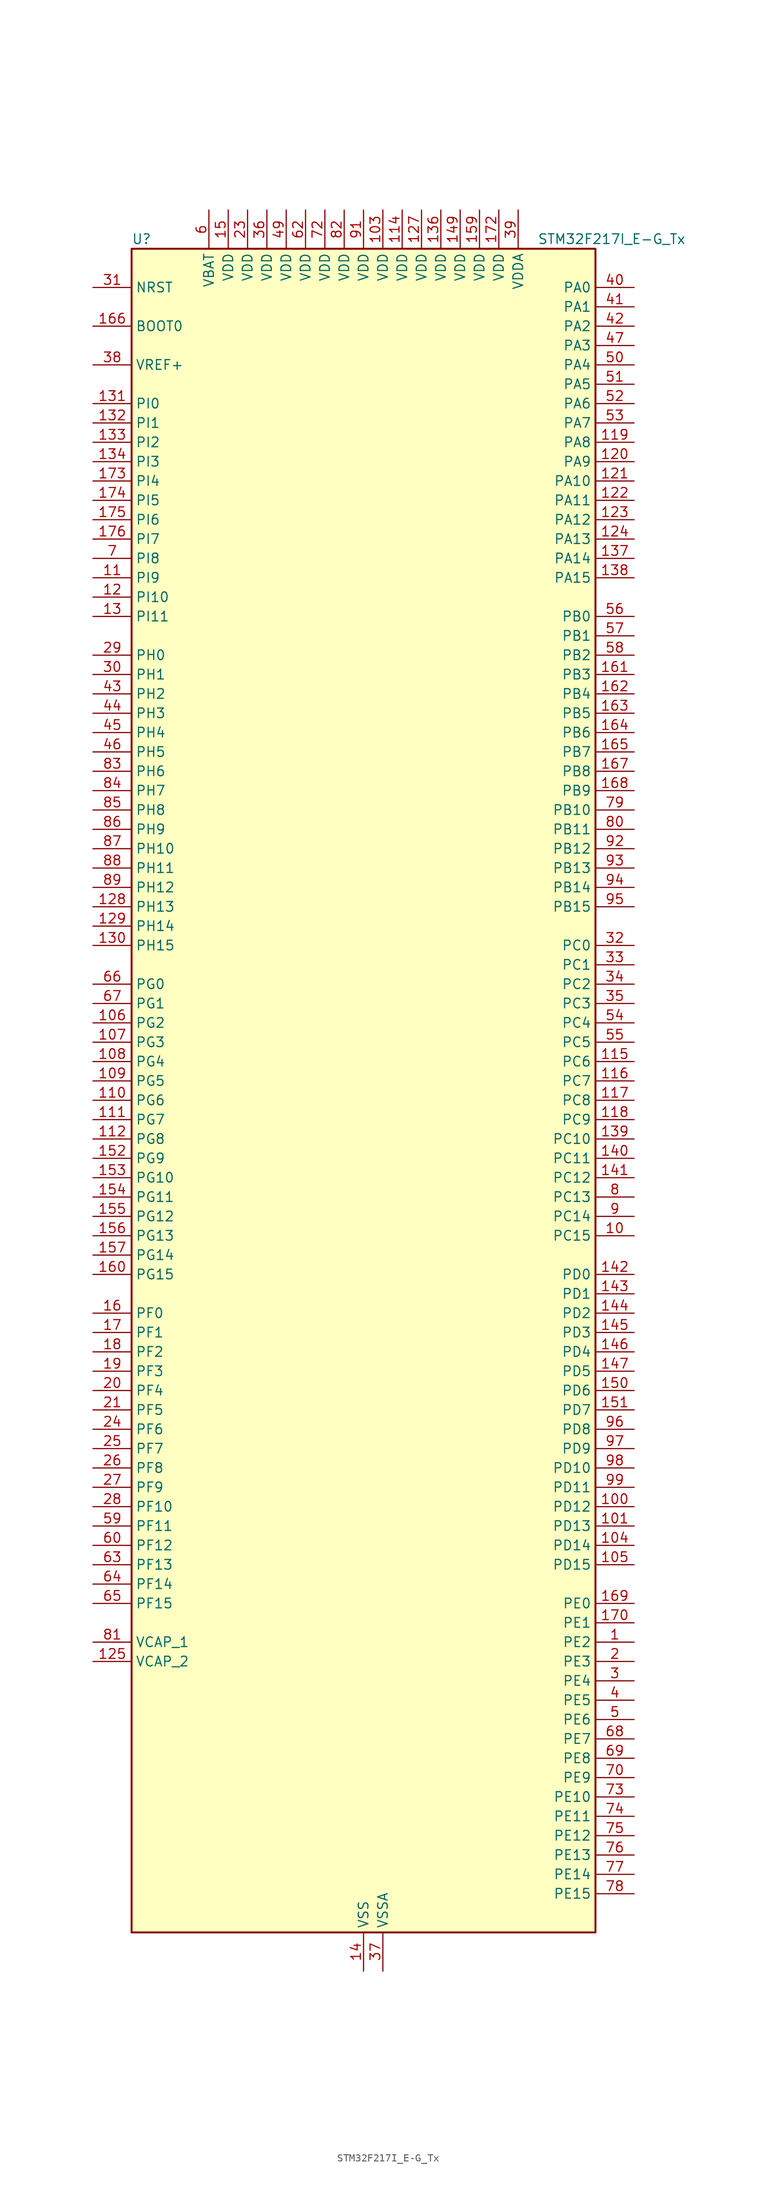
<source format=kicad_sym>
(kicad_symbol_lib
  (version 20241209)
  (generator "kicad_symbol_editor")
  (generator_version "9.0")
  (symbol "STM32F217I_E-G_Tx"
    (property "Reference" "U"
      (at -30.48 113.03 0)
      (effects (font (size 1.27 1.27)) (justify left)))
    (property "Value" "STM32F217I_E-G_Tx"
      (at 22.86 113.03 0)
      (effects (font (size 1.27 1.27)) (justify left)))
    (symbol "STM32F217I_E-G_Tx_0_1"
      (rectangle (start -30.48 -109.22) (end 30.48 111.76) (stroke (width 0.254) (type default)) (fill (type background))))
    (symbol "STM32F217I_E-G_Tx_1_1"
      (pin input line (at -35.56 106.68 0) (length 5.08) (name "NRST" (effects (font (size 1.27 1.27)))) (number "31" (effects (font (size 1.27 1.27)))))
      (pin input line (at -35.56 101.6 0) (length 5.08) (name "BOOT0" (effects (font (size 1.27 1.27)))) (number "166" (effects (font (size 1.27 1.27)))))
      (pin input line (at -35.56 96.52 0) (length 5.08) (name "VREF+" (effects (font (size 1.27 1.27)))) (number "38" (effects (font (size 1.27 1.27)))))
      (pin bidirectional line (at -35.56 91.44 0) (length 5.08) (name "PI0" (effects (font (size 1.27 1.27)))) (number "131" (effects (font (size 1.27 1.27)))) (alternate "DCMI_D13" bidirectional line) (alternate "I2S2_WS" bidirectional line) (alternate "SPI2_NSS" bidirectional line) (alternate "TIM5_CH4" bidirectional line))
      (pin bidirectional line (at -35.56 88.9 0) (length 5.08) (name "PI1" (effects (font (size 1.27 1.27)))) (number "132" (effects (font (size 1.27 1.27)))) (alternate "DCMI_D8" bidirectional line) (alternate "I2S2_SCK" bidirectional line) (alternate "SPI2_SCK" bidirectional line))
      (pin bidirectional line (at -35.56 86.36 0) (length 5.08) (name "PI2" (effects (font (size 1.27 1.27)))) (number "133" (effects (font (size 1.27 1.27)))) (alternate "DCMI_D9" bidirectional line) (alternate "SPI2_MISO" bidirectional line) (alternate "TIM8_CH4" bidirectional line))
      (pin bidirectional line (at -35.56 83.82 0) (length 5.08) (name "PI3" (effects (font (size 1.27 1.27)))) (number "134" (effects (font (size 1.27 1.27)))) (alternate "DCMI_D10" bidirectional line) (alternate "I2S2_SD" bidirectional line) (alternate "SPI2_MOSI" bidirectional line) (alternate "TIM8_ETR" bidirectional line))
      (pin bidirectional line (at -35.56 81.28 0) (length 5.08) (name "PI4" (effects (font (size 1.27 1.27)))) (number "173" (effects (font (size 1.27 1.27)))) (alternate "DCMI_D5" bidirectional line) (alternate "TIM8_BKIN" bidirectional line))
      (pin bidirectional line (at -35.56 78.74 0) (length 5.08) (name "PI5" (effects (font (size 1.27 1.27)))) (number "174" (effects (font (size 1.27 1.27)))) (alternate "DCMI_VSYNC" bidirectional line) (alternate "TIM8_CH1" bidirectional line))
      (pin bidirectional line (at -35.56 76.2 0) (length 5.08) (name "PI6" (effects (font (size 1.27 1.27)))) (number "175" (effects (font (size 1.27 1.27)))) (alternate "DCMI_D6" bidirectional line) (alternate "TIM8_CH2" bidirectional line))
      (pin bidirectional line (at -35.56 73.66 0) (length 5.08) (name "PI7" (effects (font (size 1.27 1.27)))) (number "176" (effects (font (size 1.27 1.27)))) (alternate "DCMI_D7" bidirectional line) (alternate "TIM8_CH3" bidirectional line))
      (pin bidirectional line (at -35.56 71.12 0) (length 5.08) (name "PI8" (effects (font (size 1.27 1.27)))) (number "7" (effects (font (size 1.27 1.27)))) (alternate "RTC_AF2" bidirectional line))
      (pin bidirectional line (at -35.56 68.58 0) (length 5.08) (name "PI9" (effects (font (size 1.27 1.27)))) (number "11" (effects (font (size 1.27 1.27)))) (alternate "CAN1_RX" bidirectional line) (alternate "DAC_EXTI9" bidirectional line))
      (pin bidirectional line (at -35.56 66.04 0) (length 5.08) (name "PI10" (effects (font (size 1.27 1.27)))) (number "12" (effects (font (size 1.27 1.27)))) (alternate "ETH_RX_ER" bidirectional line))
      (pin bidirectional line (at -35.56 63.5 0) (length 5.08) (name "PI11" (effects (font (size 1.27 1.27)))) (number "13" (effects (font (size 1.27 1.27)))) (alternate "ADC1_EXTI11" bidirectional line) (alternate "ADC2_EXTI11" bidirectional line) (alternate "ADC3_EXTI11" bidirectional line) (alternate "USB_OTG_HS_ULPI_DIR" bidirectional line))
      (pin bidirectional line (at -35.56 58.42 0) (length 5.08) (name "PH0" (effects (font (size 1.27 1.27)))) (number "29" (effects (font (size 1.27 1.27)))) (alternate "RCC_OSC_IN" bidirectional line))
      (pin bidirectional line (at -35.56 55.88 0) (length 5.08) (name "PH1" (effects (font (size 1.27 1.27)))) (number "30" (effects (font (size 1.27 1.27)))) (alternate "RCC_OSC_OUT" bidirectional line))
      (pin bidirectional line (at -35.56 53.34 0) (length 5.08) (name "PH2" (effects (font (size 1.27 1.27)))) (number "43" (effects (font (size 1.27 1.27)))) (alternate "ETH_CRS" bidirectional line))
      (pin bidirectional line (at -35.56 50.8 0) (length 5.08) (name "PH3" (effects (font (size 1.27 1.27)))) (number "44" (effects (font (size 1.27 1.27)))) (alternate "ETH_COL" bidirectional line))
      (pin bidirectional line (at -35.56 48.26 0) (length 5.08) (name "PH4" (effects (font (size 1.27 1.27)))) (number "45" (effects (font (size 1.27 1.27)))) (alternate "I2C2_SCL" bidirectional line) (alternate "USB_OTG_HS_ULPI_NXT" bidirectional line))
      (pin bidirectional line (at -35.56 45.72 0) (length 5.08) (name "PH5" (effects (font (size 1.27 1.27)))) (number "46" (effects (font (size 1.27 1.27)))) (alternate "I2C2_SDA" bidirectional line))
      (pin bidirectional line (at -35.56 43.18 0) (length 5.08) (name "PH6" (effects (font (size 1.27 1.27)))) (number "83" (effects (font (size 1.27 1.27)))) (alternate "ETH_RXD2" bidirectional line) (alternate "I2C2_SMBA" bidirectional line) (alternate "TIM12_CH1" bidirectional line))
      (pin bidirectional line (at -35.56 40.64 0) (length 5.08) (name "PH7" (effects (font (size 1.27 1.27)))) (number "84" (effects (font (size 1.27 1.27)))) (alternate "ETH_RXD3" bidirectional line) (alternate "I2C3_SCL" bidirectional line))
      (pin bidirectional line (at -35.56 38.1 0) (length 5.08) (name "PH8" (effects (font (size 1.27 1.27)))) (number "85" (effects (font (size 1.27 1.27)))) (alternate "DCMI_HSYNC" bidirectional line) (alternate "I2C3_SDA" bidirectional line))
      (pin bidirectional line (at -35.56 35.56 0) (length 5.08) (name "PH9" (effects (font (size 1.27 1.27)))) (number "86" (effects (font (size 1.27 1.27)))) (alternate "DAC_EXTI9" bidirectional line) (alternate "DCMI_D0" bidirectional line) (alternate "I2C3_SMBA" bidirectional line) (alternate "TIM12_CH2" bidirectional line))
      (pin bidirectional line (at -35.56 33.02 0) (length 5.08) (name "PH10" (effects (font (size 1.27 1.27)))) (number "87" (effects (font (size 1.27 1.27)))) (alternate "DCMI_D1" bidirectional line) (alternate "TIM5_CH1" bidirectional line))
      (pin bidirectional line (at -35.56 30.48 0) (length 5.08) (name "PH11" (effects (font (size 1.27 1.27)))) (number "88" (effects (font (size 1.27 1.27)))) (alternate "ADC1_EXTI11" bidirectional line) (alternate "ADC2_EXTI11" bidirectional line) (alternate "ADC3_EXTI11" bidirectional line) (alternate "DCMI_D2" bidirectional line) (alternate "TIM5_CH2" bidirectional line))
      (pin bidirectional line (at -35.56 27.94 0) (length 5.08) (name "PH12" (effects (font (size 1.27 1.27)))) (number "89" (effects (font (size 1.27 1.27)))) (alternate "DCMI_D3" bidirectional line) (alternate "TIM5_CH3" bidirectional line))
      (pin bidirectional line (at -35.56 25.4 0) (length 5.08) (name "PH13" (effects (font (size 1.27 1.27)))) (number "128" (effects (font (size 1.27 1.27)))) (alternate "CAN1_TX" bidirectional line) (alternate "TIM8_CH1N" bidirectional line))
      (pin bidirectional line (at -35.56 22.86 0) (length 5.08) (name "PH14" (effects (font (size 1.27 1.27)))) (number "129" (effects (font (size 1.27 1.27)))) (alternate "DCMI_D4" bidirectional line) (alternate "TIM8_CH2N" bidirectional line))
      (pin bidirectional line (at -35.56 20.32 0) (length 5.08) (name "PH15" (effects (font (size 1.27 1.27)))) (number "130" (effects (font (size 1.27 1.27)))) (alternate "ADC1_EXTI15" bidirectional line) (alternate "ADC2_EXTI15" bidirectional line) (alternate "ADC3_EXTI15" bidirectional line) (alternate "DCMI_D11" bidirectional line) (alternate "TIM8_CH3N" bidirectional line))
      (pin bidirectional line (at -35.56 15.24 0) (length 5.08) (name "PG0" (effects (font (size 1.27 1.27)))) (number "66" (effects (font (size 1.27 1.27)))) (alternate "FSMC_A10" bidirectional line))
      (pin bidirectional line (at -35.56 12.7 0) (length 5.08) (name "PG1" (effects (font (size 1.27 1.27)))) (number "67" (effects (font (size 1.27 1.27)))) (alternate "FSMC_A11" bidirectional line))
      (pin bidirectional line (at -35.56 10.16 0) (length 5.08) (name "PG2" (effects (font (size 1.27 1.27)))) (number "106" (effects (font (size 1.27 1.27)))) (alternate "FSMC_A12" bidirectional line))
      (pin bidirectional line (at -35.56 7.62 0) (length 5.08) (name "PG3" (effects (font (size 1.27 1.27)))) (number "107" (effects (font (size 1.27 1.27)))) (alternate "FSMC_A13" bidirectional line))
      (pin bidirectional line (at -35.56 5.08 0) (length 5.08) (name "PG4" (effects (font (size 1.27 1.27)))) (number "108" (effects (font (size 1.27 1.27)))) (alternate "FSMC_A14" bidirectional line))
      (pin bidirectional line (at -35.56 2.54 0) (length 5.08) (name "PG5" (effects (font (size 1.27 1.27)))) (number "109" (effects (font (size 1.27 1.27)))) (alternate "FSMC_A15" bidirectional line))
      (pin bidirectional line (at -35.56 0 0) (length 5.08) (name "PG6" (effects (font (size 1.27 1.27)))) (number "110" (effects (font (size 1.27 1.27)))) (alternate "FSMC_INT2" bidirectional line))
      (pin bidirectional line (at -35.56 -2.54 0) (length 5.08) (name "PG7" (effects (font (size 1.27 1.27)))) (number "111" (effects (font (size 1.27 1.27)))) (alternate "FSMC_INT3" bidirectional line) (alternate "USART6_CK" bidirectional line))
      (pin bidirectional line (at -35.56 -5.08 0) (length 5.08) (name "PG8" (effects (font (size 1.27 1.27)))) (number "112" (effects (font (size 1.27 1.27)))) (alternate "ETH_PPS_OUT" bidirectional line) (alternate "USART6_RTS" bidirectional line))
      (pin bidirectional line (at -35.56 -7.62 0) (length 5.08) (name "PG9" (effects (font (size 1.27 1.27)))) (number "152" (effects (font (size 1.27 1.27)))) (alternate "DAC_EXTI9" bidirectional line) (alternate "FSMC_NCE3" bidirectional line) (alternate "FSMC_NE2" bidirectional line) (alternate "USART6_RX" bidirectional line))
      (pin bidirectional line (at -35.56 -10.16 0) (length 5.08) (name "PG10" (effects (font (size 1.27 1.27)))) (number "153" (effects (font (size 1.27 1.27)))) (alternate "FSMC_NCE4_1" bidirectional line) (alternate "FSMC_NE3" bidirectional line))
      (pin bidirectional line (at -35.56 -12.7 0) (length 5.08) (name "PG11" (effects (font (size 1.27 1.27)))) (number "154" (effects (font (size 1.27 1.27)))) (alternate "ADC1_EXTI11" bidirectional line) (alternate "ADC2_EXTI11" bidirectional line) (alternate "ADC3_EXTI11" bidirectional line) (alternate "ETH_TX_EN" bidirectional line) (alternate "FSMC_NCE4_2" bidirectional line))
      (pin bidirectional line (at -35.56 -15.24 0) (length 5.08) (name "PG12" (effects (font (size 1.27 1.27)))) (number "155" (effects (font (size 1.27 1.27)))) (alternate "FSMC_NE4" bidirectional line) (alternate "USART6_RTS" bidirectional line))
      (pin bidirectional line (at -35.56 -17.78 0) (length 5.08) (name "PG13" (effects (font (size 1.27 1.27)))) (number "156" (effects (font (size 1.27 1.27)))) (alternate "ETH_TXD0" bidirectional line) (alternate "FSMC_A24" bidirectional line) (alternate "USART6_CTS" bidirectional line))
      (pin bidirectional line (at -35.56 -20.32 0) (length 5.08) (name "PG14" (effects (font (size 1.27 1.27)))) (number "157" (effects (font (size 1.27 1.27)))) (alternate "ETH_TXD1" bidirectional line) (alternate "FSMC_A25" bidirectional line) (alternate "USART6_TX" bidirectional line))
      (pin bidirectional line (at -35.56 -22.86 0) (length 5.08) (name "PG15" (effects (font (size 1.27 1.27)))) (number "160" (effects (font (size 1.27 1.27)))) (alternate "ADC1_EXTI15" bidirectional line) (alternate "ADC2_EXTI15" bidirectional line) (alternate "ADC3_EXTI15" bidirectional line) (alternate "DCMI_D13" bidirectional line) (alternate "USART6_CTS" bidirectional line))
      (pin bidirectional line (at -35.56 -27.94 0) (length 5.08) (name "PF0" (effects (font (size 1.27 1.27)))) (number "16" (effects (font (size 1.27 1.27)))) (alternate "FSMC_A0" bidirectional line) (alternate "I2C2_SDA" bidirectional line))
      (pin bidirectional line (at -35.56 -30.48 0) (length 5.08) (name "PF1" (effects (font (size 1.27 1.27)))) (number "17" (effects (font (size 1.27 1.27)))) (alternate "FSMC_A1" bidirectional line) (alternate "I2C2_SCL" bidirectional line))
      (pin bidirectional line (at -35.56 -33.02 0) (length 5.08) (name "PF2" (effects (font (size 1.27 1.27)))) (number "18" (effects (font (size 1.27 1.27)))) (alternate "FSMC_A2" bidirectional line) (alternate "I2C2_SMBA" bidirectional line))
      (pin bidirectional line (at -35.56 -35.56 0) (length 5.08) (name "PF3" (effects (font (size 1.27 1.27)))) (number "19" (effects (font (size 1.27 1.27)))) (alternate "ADC3_IN9" bidirectional line) (alternate "FSMC_A3" bidirectional line))
      (pin bidirectional line (at -35.56 -38.1 0) (length 5.08) (name "PF4" (effects (font (size 1.27 1.27)))) (number "20" (effects (font (size 1.27 1.27)))) (alternate "ADC3_IN14" bidirectional line) (alternate "FSMC_A4" bidirectional line))
      (pin bidirectional line (at -35.56 -40.64 0) (length 5.08) (name "PF5" (effects (font (size 1.27 1.27)))) (number "21" (effects (font (size 1.27 1.27)))) (alternate "ADC3_IN15" bidirectional line) (alternate "FSMC_A5" bidirectional line))
      (pin bidirectional line (at -35.56 -43.18 0) (length 5.08) (name "PF6" (effects (font (size 1.27 1.27)))) (number "24" (effects (font (size 1.27 1.27)))) (alternate "ADC3_IN4" bidirectional line) (alternate "FSMC_NIORD" bidirectional line) (alternate "TIM10_CH1" bidirectional line))
      (pin bidirectional line (at -35.56 -45.72 0) (length 5.08) (name "PF7" (effects (font (size 1.27 1.27)))) (number "25" (effects (font (size 1.27 1.27)))) (alternate "ADC3_IN5" bidirectional line) (alternate "FSMC_NREG" bidirectional line) (alternate "TIM11_CH1" bidirectional line))
      (pin bidirectional line (at -35.56 -48.26 0) (length 5.08) (name "PF8" (effects (font (size 1.27 1.27)))) (number "26" (effects (font (size 1.27 1.27)))) (alternate "ADC3_IN6" bidirectional line) (alternate "FSMC_NIOWR" bidirectional line) (alternate "TIM13_CH1" bidirectional line))
      (pin bidirectional line (at -35.56 -50.8 0) (length 5.08) (name "PF9" (effects (font (size 1.27 1.27)))) (number "27" (effects (font (size 1.27 1.27)))) (alternate "ADC3_IN7" bidirectional line) (alternate "DAC_EXTI9" bidirectional line) (alternate "FSMC_CD" bidirectional line) (alternate "TIM14_CH1" bidirectional line))
      (pin bidirectional line (at -35.56 -53.34 0) (length 5.08) (name "PF10" (effects (font (size 1.27 1.27)))) (number "28" (effects (font (size 1.27 1.27)))) (alternate "ADC3_IN8" bidirectional line) (alternate "FSMC_INTR" bidirectional line))
      (pin bidirectional line (at -35.56 -55.88 0) (length 5.08) (name "PF11" (effects (font (size 1.27 1.27)))) (number "59" (effects (font (size 1.27 1.27)))) (alternate "ADC1_EXTI11" bidirectional line) (alternate "ADC2_EXTI11" bidirectional line) (alternate "ADC3_EXTI11" bidirectional line) (alternate "DCMI_D12" bidirectional line))
      (pin bidirectional line (at -35.56 -58.42 0) (length 5.08) (name "PF12" (effects (font (size 1.27 1.27)))) (number "60" (effects (font (size 1.27 1.27)))) (alternate "FSMC_A6" bidirectional line))
      (pin bidirectional line (at -35.56 -60.96 0) (length 5.08) (name "PF13" (effects (font (size 1.27 1.27)))) (number "63" (effects (font (size 1.27 1.27)))) (alternate "FSMC_A7" bidirectional line))
      (pin bidirectional line (at -35.56 -63.5 0) (length 5.08) (name "PF14" (effects (font (size 1.27 1.27)))) (number "64" (effects (font (size 1.27 1.27)))) (alternate "FSMC_A8" bidirectional line))
      (pin bidirectional line (at -35.56 -66.04 0) (length 5.08) (name "PF15" (effects (font (size 1.27 1.27)))) (number "65" (effects (font (size 1.27 1.27)))) (alternate "ADC1_EXTI15" bidirectional line) (alternate "ADC2_EXTI15" bidirectional line) (alternate "ADC3_EXTI15" bidirectional line) (alternate "FSMC_A9" bidirectional line))
      (pin power_out line (at -35.56 -71.12 0) (length 5.08) (name "VCAP_1" (effects (font (size 1.27 1.27)))) (number "81" (effects (font (size 1.27 1.27)))))
      (pin power_out line (at -35.56 -73.66 0) (length 5.08) (name "VCAP_2" (effects (font (size 1.27 1.27)))) (number "125" (effects (font (size 1.27 1.27)))))
      (pin no_connect line (at -30.48 -109.22 0) (length 5.08) (hide yes) (name "RFU" (effects (font (size 1.27 1.27)))) (number "171" (effects (font (size 1.27 1.27)))))
      (pin power_in line (at -20.32 116.84 270) (length 5.08) (name "VBAT" (effects (font (size 1.27 1.27)))) (number "6" (effects (font (size 1.27 1.27)))))
      (pin power_in line (at -17.78 116.84 270) (length 5.08) (name "VDD" (effects (font (size 1.27 1.27)))) (number "15" (effects (font (size 1.27 1.27)))))
      (pin power_in line (at -15.24 116.84 270) (length 5.08) (name "VDD" (effects (font (size 1.27 1.27)))) (number "23" (effects (font (size 1.27 1.27)))))
      (pin power_in line (at -12.7 116.84 270) (length 5.08) (name "VDD" (effects (font (size 1.27 1.27)))) (number "36" (effects (font (size 1.27 1.27)))))
      (pin power_in line (at -10.16 116.84 270) (length 5.08) (name "VDD" (effects (font (size 1.27 1.27)))) (number "49" (effects (font (size 1.27 1.27)))))
      (pin power_in line (at -7.62 116.84 270) (length 5.08) (name "VDD" (effects (font (size 1.27 1.27)))) (number "62" (effects (font (size 1.27 1.27)))))
      (pin power_in line (at -5.08 116.84 270) (length 5.08) (name "VDD" (effects (font (size 1.27 1.27)))) (number "72" (effects (font (size 1.27 1.27)))))
      (pin power_in line (at -2.54 116.84 270) (length 5.08) (name "VDD" (effects (font (size 1.27 1.27)))) (number "82" (effects (font (size 1.27 1.27)))))
      (pin power_in line (at 0 116.84 270) (length 5.08) (name "VDD" (effects (font (size 1.27 1.27)))) (number "91" (effects (font (size 1.27 1.27)))))
      (pin passive line (at 0 -114.3 90) (length 5.08) (hide yes) (name "VSS" (effects (font (size 1.27 1.27)))) (number "102" (effects (font (size 1.27 1.27)))))
      (pin passive line (at 0 -114.3 90) (length 5.08) (hide yes) (name "VSS" (effects (font (size 1.27 1.27)))) (number "113" (effects (font (size 1.27 1.27)))))
      (pin passive line (at 0 -114.3 90) (length 5.08) (hide yes) (name "VSS" (effects (font (size 1.27 1.27)))) (number "126" (effects (font (size 1.27 1.27)))))
      (pin passive line (at 0 -114.3 90) (length 5.08) (hide yes) (name "VSS" (effects (font (size 1.27 1.27)))) (number "135" (effects (font (size 1.27 1.27)))))
      (pin power_in line (at 0 -114.3 90) (length 5.08) (name "VSS" (effects (font (size 1.27 1.27)))) (number "14" (effects (font (size 1.27 1.27)))))
      (pin passive line (at 0 -114.3 90) (length 5.08) (hide yes) (name "VSS" (effects (font (size 1.27 1.27)))) (number "148" (effects (font (size 1.27 1.27)))))
      (pin passive line (at 0 -114.3 90) (length 5.08) (hide yes) (name "VSS" (effects (font (size 1.27 1.27)))) (number "158" (effects (font (size 1.27 1.27)))))
      (pin passive line (at 0 -114.3 90) (length 5.08) (hide yes) (name "VSS" (effects (font (size 1.27 1.27)))) (number "22" (effects (font (size 1.27 1.27)))))
      (pin passive line (at 0 -114.3 90) (length 5.08) (hide yes) (name "VSS" (effects (font (size 1.27 1.27)))) (number "48" (effects (font (size 1.27 1.27)))))
      (pin passive line (at 0 -114.3 90) (length 5.08) (hide yes) (name "VSS" (effects (font (size 1.27 1.27)))) (number "61" (effects (font (size 1.27 1.27)))))
      (pin passive line (at 0 -114.3 90) (length 5.08) (hide yes) (name "VSS" (effects (font (size 1.27 1.27)))) (number "71" (effects (font (size 1.27 1.27)))))
      (pin passive line (at 0 -114.3 90) (length 5.08) (hide yes) (name "VSS" (effects (font (size 1.27 1.27)))) (number "90" (effects (font (size 1.27 1.27)))))
      (pin power_in line (at 2.54 116.84 270) (length 5.08) (name "VDD" (effects (font (size 1.27 1.27)))) (number "103" (effects (font (size 1.27 1.27)))))
      (pin power_in line (at 2.54 -114.3 90) (length 5.08) (name "VSSA" (effects (font (size 1.27 1.27)))) (number "37" (effects (font (size 1.27 1.27)))))
      (pin power_in line (at 5.08 116.84 270) (length 5.08) (name "VDD" (effects (font (size 1.27 1.27)))) (number "114" (effects (font (size 1.27 1.27)))))
      (pin power_in line (at 7.62 116.84 270) (length 5.08) (name "VDD" (effects (font (size 1.27 1.27)))) (number "127" (effects (font (size 1.27 1.27)))))
      (pin power_in line (at 10.16 116.84 270) (length 5.08) (name "VDD" (effects (font (size 1.27 1.27)))) (number "136" (effects (font (size 1.27 1.27)))))
      (pin power_in line (at 12.7 116.84 270) (length 5.08) (name "VDD" (effects (font (size 1.27 1.27)))) (number "149" (effects (font (size 1.27 1.27)))))
      (pin power_in line (at 15.24 116.84 270) (length 5.08) (name "VDD" (effects (font (size 1.27 1.27)))) (number "159" (effects (font (size 1.27 1.27)))))
      (pin power_in line (at 17.78 116.84 270) (length 5.08) (name "VDD" (effects (font (size 1.27 1.27)))) (number "172" (effects (font (size 1.27 1.27)))))
      (pin power_in line (at 20.32 116.84 270) (length 5.08) (name "VDDA" (effects (font (size 1.27 1.27)))) (number "39" (effects (font (size 1.27 1.27)))))
      (pin bidirectional line (at 35.56 106.68 180) (length 5.08) (name "PA0" (effects (font (size 1.27 1.27)))) (number "40" (effects (font (size 1.27 1.27)))) (alternate "ADC1_IN0" bidirectional line) (alternate "ADC2_IN0" bidirectional line) (alternate "ADC3_IN0" bidirectional line) (alternate "ETH_CRS" bidirectional line) (alternate "SYS_WKUP" bidirectional line) (alternate "TIM2_CH1" bidirectional line) (alternate "TIM2_ETR" bidirectional line) (alternate "TIM5_CH1" bidirectional line) (alternate "TIM8_ETR" bidirectional line) (alternate "UART4_TX" bidirectional line) (alternate "USART2_CTS" bidirectional line))
      (pin bidirectional line (at 35.56 104.14 180) (length 5.08) (name "PA1" (effects (font (size 1.27 1.27)))) (number "41" (effects (font (size 1.27 1.27)))) (alternate "ADC1_IN1" bidirectional line) (alternate "ADC2_IN1" bidirectional line) (alternate "ADC3_IN1" bidirectional line) (alternate "ETH_REF_CLK" bidirectional line) (alternate "ETH_RX_CLK" bidirectional line) (alternate "TIM2_CH2" bidirectional line) (alternate "TIM5_CH2" bidirectional line) (alternate "UART4_RX" bidirectional line) (alternate "USART2_RTS" bidirectional line))
      (pin bidirectional line (at 35.56 101.6 180) (length 5.08) (name "PA2" (effects (font (size 1.27 1.27)))) (number "42" (effects (font (size 1.27 1.27)))) (alternate "ADC1_IN2" bidirectional line) (alternate "ADC2_IN2" bidirectional line) (alternate "ADC3_IN2" bidirectional line) (alternate "ETH_MDIO" bidirectional line) (alternate "TIM2_CH3" bidirectional line) (alternate "TIM5_CH3" bidirectional line) (alternate "TIM9_CH1" bidirectional line) (alternate "USART2_TX" bidirectional line))
      (pin bidirectional line (at 35.56 99.06 180) (length 5.08) (name "PA3" (effects (font (size 1.27 1.27)))) (number "47" (effects (font (size 1.27 1.27)))) (alternate "ADC1_IN3" bidirectional line) (alternate "ADC2_IN3" bidirectional line) (alternate "ADC3_IN3" bidirectional line) (alternate "ETH_COL" bidirectional line) (alternate "TIM2_CH4" bidirectional line) (alternate "TIM5_CH4" bidirectional line) (alternate "TIM9_CH2" bidirectional line) (alternate "USART2_RX" bidirectional line) (alternate "USB_OTG_HS_ULPI_D0" bidirectional line))
      (pin bidirectional line (at 35.56 96.52 180) (length 5.08) (name "PA4" (effects (font (size 1.27 1.27)))) (number "50" (effects (font (size 1.27 1.27)))) (alternate "ADC1_IN4" bidirectional line) (alternate "ADC2_IN4" bidirectional line) (alternate "DAC_OUT1" bidirectional line) (alternate "DCMI_HSYNC" bidirectional line) (alternate "I2S3_WS" bidirectional line) (alternate "SPI1_NSS" bidirectional line) (alternate "SPI3_NSS" bidirectional line) (alternate "USART2_CK" bidirectional line) (alternate "USB_OTG_HS_SOF" bidirectional line))
      (pin bidirectional line (at 35.56 93.98 180) (length 5.08) (name "PA5" (effects (font (size 1.27 1.27)))) (number "51" (effects (font (size 1.27 1.27)))) (alternate "ADC1_IN5" bidirectional line) (alternate "ADC2_IN5" bidirectional line) (alternate "DAC_OUT2" bidirectional line) (alternate "SPI1_SCK" bidirectional line) (alternate "TIM2_CH1" bidirectional line) (alternate "TIM2_ETR" bidirectional line) (alternate "TIM8_CH1N" bidirectional line) (alternate "USB_OTG_HS_ULPI_CK" bidirectional line))
      (pin bidirectional line (at 35.56 91.44 180) (length 5.08) (name "PA6" (effects (font (size 1.27 1.27)))) (number "52" (effects (font (size 1.27 1.27)))) (alternate "ADC1_IN6" bidirectional line) (alternate "ADC2_IN6" bidirectional line) (alternate "DCMI_PIXCLK" bidirectional line) (alternate "SPI1_MISO" bidirectional line) (alternate "TIM13_CH1" bidirectional line) (alternate "TIM1_BKIN" bidirectional line) (alternate "TIM3_CH1" bidirectional line) (alternate "TIM8_BKIN" bidirectional line))
      (pin bidirectional line (at 35.56 88.9 180) (length 5.08) (name "PA7" (effects (font (size 1.27 1.27)))) (number "53" (effects (font (size 1.27 1.27)))) (alternate "ADC1_IN7" bidirectional line) (alternate "ADC2_IN7" bidirectional line) (alternate "ETH_CRS_DV" bidirectional line) (alternate "ETH_RX_DV" bidirectional line) (alternate "SPI1_MOSI" bidirectional line) (alternate "TIM14_CH1" bidirectional line) (alternate "TIM1_CH1N" bidirectional line) (alternate "TIM3_CH2" bidirectional line) (alternate "TIM8_CH1N" bidirectional line))
      (pin bidirectional line (at 35.56 86.36 180) (length 5.08) (name "PA8" (effects (font (size 1.27 1.27)))) (number "119" (effects (font (size 1.27 1.27)))) (alternate "I2C3_SCL" bidirectional line) (alternate "RCC_MCO_1" bidirectional line) (alternate "TIM1_CH1" bidirectional line) (alternate "USART1_CK" bidirectional line) (alternate "USB_OTG_FS_SOF" bidirectional line))
      (pin bidirectional line (at 35.56 83.82 180) (length 5.08) (name "PA9" (effects (font (size 1.27 1.27)))) (number "120" (effects (font (size 1.27 1.27)))) (alternate "DAC_EXTI9" bidirectional line) (alternate "DCMI_D0" bidirectional line) (alternate "I2C3_SMBA" bidirectional line) (alternate "TIM1_CH2" bidirectional line) (alternate "USART1_TX" bidirectional line) (alternate "USB_OTG_FS_VBUS" bidirectional line))
      (pin bidirectional line (at 35.56 81.28 180) (length 5.08) (name "PA10" (effects (font (size 1.27 1.27)))) (number "121" (effects (font (size 1.27 1.27)))) (alternate "DCMI_D1" bidirectional line) (alternate "TIM1_CH3" bidirectional line) (alternate "USART1_RX" bidirectional line) (alternate "USB_OTG_FS_ID" bidirectional line))
      (pin bidirectional line (at 35.56 78.74 180) (length 5.08) (name "PA11" (effects (font (size 1.27 1.27)))) (number "122" (effects (font (size 1.27 1.27)))) (alternate "ADC1_EXTI11" bidirectional line) (alternate "ADC2_EXTI11" bidirectional line) (alternate "ADC3_EXTI11" bidirectional line) (alternate "CAN1_RX" bidirectional line) (alternate "TIM1_CH4" bidirectional line) (alternate "USART1_CTS" bidirectional line) (alternate "USB_OTG_FS_DM" bidirectional line))
      (pin bidirectional line (at 35.56 76.2 180) (length 5.08) (name "PA12" (effects (font (size 1.27 1.27)))) (number "123" (effects (font (size 1.27 1.27)))) (alternate "CAN1_TX" bidirectional line) (alternate "TIM1_ETR" bidirectional line) (alternate "USART1_RTS" bidirectional line) (alternate "USB_OTG_FS_DP" bidirectional line))
      (pin bidirectional line (at 35.56 73.66 180) (length 5.08) (name "PA13" (effects (font (size 1.27 1.27)))) (number "124" (effects (font (size 1.27 1.27)))) (alternate "SYS_JTMS-SWDIO" bidirectional line))
      (pin bidirectional line (at 35.56 71.12 180) (length 5.08) (name "PA14" (effects (font (size 1.27 1.27)))) (number "137" (effects (font (size 1.27 1.27)))) (alternate "SYS_JTCK-SWCLK" bidirectional line))
      (pin bidirectional line (at 35.56 68.58 180) (length 5.08) (name "PA15" (effects (font (size 1.27 1.27)))) (number "138" (effects (font (size 1.27 1.27)))) (alternate "ADC1_EXTI15" bidirectional line) (alternate "ADC2_EXTI15" bidirectional line) (alternate "ADC3_EXTI15" bidirectional line) (alternate "I2S3_WS" bidirectional line) (alternate "SPI1_NSS" bidirectional line) (alternate "SPI3_NSS" bidirectional line) (alternate "SYS_JTDI" bidirectional line) (alternate "TIM2_CH1" bidirectional line) (alternate "TIM2_ETR" bidirectional line))
      (pin bidirectional line (at 35.56 63.5 180) (length 5.08) (name "PB0" (effects (font (size 1.27 1.27)))) (number "56" (effects (font (size 1.27 1.27)))) (alternate "ADC1_IN8" bidirectional line) (alternate "ADC2_IN8" bidirectional line) (alternate "ETH_RXD2" bidirectional line) (alternate "TIM1_CH2N" bidirectional line) (alternate "TIM3_CH3" bidirectional line) (alternate "TIM8_CH2N" bidirectional line) (alternate "USB_OTG_HS_ULPI_D1" bidirectional line))
      (pin bidirectional line (at 35.56 60.96 180) (length 5.08) (name "PB1" (effects (font (size 1.27 1.27)))) (number "57" (effects (font (size 1.27 1.27)))) (alternate "ADC1_IN9" bidirectional line) (alternate "ADC2_IN9" bidirectional line) (alternate "ETH_RXD3" bidirectional line) (alternate "TIM1_CH3N" bidirectional line) (alternate "TIM3_CH4" bidirectional line) (alternate "TIM8_CH3N" bidirectional line) (alternate "USB_OTG_HS_ULPI_D2" bidirectional line))
      (pin bidirectional line (at 35.56 58.42 180) (length 5.08) (name "PB2" (effects (font (size 1.27 1.27)))) (number "58" (effects (font (size 1.27 1.27)))))
      (pin bidirectional line (at 35.56 55.88 180) (length 5.08) (name "PB3" (effects (font (size 1.27 1.27)))) (number "161" (effects (font (size 1.27 1.27)))) (alternate "I2S3_SCK" bidirectional line) (alternate "SPI1_SCK" bidirectional line) (alternate "SPI3_SCK" bidirectional line) (alternate "SYS_JTDO-SWO" bidirectional line) (alternate "TIM2_CH2" bidirectional line))
      (pin bidirectional line (at 35.56 53.34 180) (length 5.08) (name "PB4" (effects (font (size 1.27 1.27)))) (number "162" (effects (font (size 1.27 1.27)))) (alternate "SPI1_MISO" bidirectional line) (alternate "SPI3_MISO" bidirectional line) (alternate "SYS_JTRST" bidirectional line) (alternate "TIM3_CH1" bidirectional line))
      (pin bidirectional line (at 35.56 50.8 180) (length 5.08) (name "PB5" (effects (font (size 1.27 1.27)))) (number "163" (effects (font (size 1.27 1.27)))) (alternate "CAN2_RX" bidirectional line) (alternate "DCMI_D10" bidirectional line) (alternate "ETH_PPS_OUT" bidirectional line) (alternate "I2C1_SMBA" bidirectional line) (alternate "I2S3_SD" bidirectional line) (alternate "SPI1_MOSI" bidirectional line) (alternate "SPI3_MOSI" bidirectional line) (alternate "TIM3_CH2" bidirectional line) (alternate "USB_OTG_HS_ULPI_D7" bidirectional line))
      (pin bidirectional line (at 35.56 48.26 180) (length 5.08) (name "PB6" (effects (font (size 1.27 1.27)))) (number "164" (effects (font (size 1.27 1.27)))) (alternate "CAN2_TX" bidirectional line) (alternate "DCMI_D5" bidirectional line) (alternate "I2C1_SCL" bidirectional line) (alternate "TIM4_CH1" bidirectional line) (alternate "USART1_TX" bidirectional line))
      (pin bidirectional line (at 35.56 45.72 180) (length 5.08) (name "PB7" (effects (font (size 1.27 1.27)))) (number "165" (effects (font (size 1.27 1.27)))) (alternate "DCMI_VSYNC" bidirectional line) (alternate "FSMC_NL" bidirectional line) (alternate "I2C1_SDA" bidirectional line) (alternate "TIM4_CH2" bidirectional line) (alternate "USART1_RX" bidirectional line))
      (pin bidirectional line (at 35.56 43.18 180) (length 5.08) (name "PB8" (effects (font (size 1.27 1.27)))) (number "167" (effects (font (size 1.27 1.27)))) (alternate "CAN1_RX" bidirectional line) (alternate "DCMI_D6" bidirectional line) (alternate "ETH_TXD3" bidirectional line) (alternate "I2C1_SCL" bidirectional line) (alternate "SDIO_D4" bidirectional line) (alternate "TIM10_CH1" bidirectional line) (alternate "TIM4_CH3" bidirectional line))
      (pin bidirectional line (at 35.56 40.64 180) (length 5.08) (name "PB9" (effects (font (size 1.27 1.27)))) (number "168" (effects (font (size 1.27 1.27)))) (alternate "CAN1_TX" bidirectional line) (alternate "DAC_EXTI9" bidirectional line) (alternate "DCMI_D7" bidirectional line) (alternate "I2C1_SDA" bidirectional line) (alternate "I2S2_WS" bidirectional line) (alternate "SDIO_D5" bidirectional line) (alternate "SPI2_NSS" bidirectional line) (alternate "TIM11_CH1" bidirectional line) (alternate "TIM4_CH4" bidirectional line))
      (pin bidirectional line (at 35.56 38.1 180) (length 5.08) (name "PB10" (effects (font (size 1.27 1.27)))) (number "79" (effects (font (size 1.27 1.27)))) (alternate "ETH_RX_ER" bidirectional line) (alternate "I2C2_SCL" bidirectional line) (alternate "I2S2_SCK" bidirectional line) (alternate "SPI2_SCK" bidirectional line) (alternate "TIM2_CH3" bidirectional line) (alternate "USART3_TX" bidirectional line) (alternate "USB_OTG_HS_ULPI_D3" bidirectional line))
      (pin bidirectional line (at 35.56 35.56 180) (length 5.08) (name "PB11" (effects (font (size 1.27 1.27)))) (number "80" (effects (font (size 1.27 1.27)))) (alternate "ADC1_EXTI11" bidirectional line) (alternate "ADC2_EXTI11" bidirectional line) (alternate "ADC3_EXTI11" bidirectional line) (alternate "ETH_TX_EN" bidirectional line) (alternate "I2C2_SDA" bidirectional line) (alternate "TIM2_CH4" bidirectional line) (alternate "USART3_RX" bidirectional line) (alternate "USB_OTG_HS_ULPI_D4" bidirectional line))
      (pin bidirectional line (at 35.56 33.02 180) (length 5.08) (name "PB12" (effects (font (size 1.27 1.27)))) (number "92" (effects (font (size 1.27 1.27)))) (alternate "CAN2_RX" bidirectional line) (alternate "ETH_TXD0" bidirectional line) (alternate "I2C2_SMBA" bidirectional line) (alternate "I2S2_WS" bidirectional line) (alternate "SPI2_NSS" bidirectional line) (alternate "TIM1_BKIN" bidirectional line) (alternate "USART3_CK" bidirectional line) (alternate "USB_OTG_HS_ID" bidirectional line) (alternate "USB_OTG_HS_ULPI_D5" bidirectional line))
      (pin bidirectional line (at 35.56 30.48 180) (length 5.08) (name "PB13" (effects (font (size 1.27 1.27)))) (number "93" (effects (font (size 1.27 1.27)))) (alternate "CAN2_TX" bidirectional line) (alternate "ETH_TXD1" bidirectional line) (alternate "I2S2_SCK" bidirectional line) (alternate "SPI2_SCK" bidirectional line) (alternate "TIM1_CH1N" bidirectional line) (alternate "USART3_CTS" bidirectional line) (alternate "USB_OTG_HS_ULPI_D6" bidirectional line) (alternate "USB_OTG_HS_VBUS" bidirectional line))
      (pin bidirectional line (at 35.56 27.94 180) (length 5.08) (name "PB14" (effects (font (size 1.27 1.27)))) (number "94" (effects (font (size 1.27 1.27)))) (alternate "SPI2_MISO" bidirectional line) (alternate "TIM12_CH1" bidirectional line) (alternate "TIM1_CH2N" bidirectional line) (alternate "TIM8_CH2N" bidirectional line) (alternate "USART3_RTS" bidirectional line) (alternate "USB_OTG_HS_DM" bidirectional line))
      (pin bidirectional line (at 35.56 25.4 180) (length 5.08) (name "PB15" (effects (font (size 1.27 1.27)))) (number "95" (effects (font (size 1.27 1.27)))) (alternate "ADC1_EXTI15" bidirectional line) (alternate "ADC2_EXTI15" bidirectional line) (alternate "ADC3_EXTI15" bidirectional line) (alternate "I2S2_SD" bidirectional line) (alternate "RTC_REFIN" bidirectional line) (alternate "SPI2_MOSI" bidirectional line) (alternate "TIM12_CH2" bidirectional line) (alternate "TIM1_CH3N" bidirectional line) (alternate "TIM8_CH3N" bidirectional line) (alternate "USB_OTG_HS_DP" bidirectional line))
      (pin bidirectional line (at 35.56 20.32 180) (length 5.08) (name "PC0" (effects (font (size 1.27 1.27)))) (number "32" (effects (font (size 1.27 1.27)))) (alternate "ADC1_IN10" bidirectional line) (alternate "ADC2_IN10" bidirectional line) (alternate "ADC3_IN10" bidirectional line) (alternate "USB_OTG_HS_ULPI_STP" bidirectional line))
      (pin bidirectional line (at 35.56 17.78 180) (length 5.08) (name "PC1" (effects (font (size 1.27 1.27)))) (number "33" (effects (font (size 1.27 1.27)))) (alternate "ADC1_IN11" bidirectional line) (alternate "ADC2_IN11" bidirectional line) (alternate "ADC3_IN11" bidirectional line) (alternate "ETH_MDC" bidirectional line))
      (pin bidirectional line (at 35.56 15.24 180) (length 5.08) (name "PC2" (effects (font (size 1.27 1.27)))) (number "34" (effects (font (size 1.27 1.27)))) (alternate "ADC1_IN12" bidirectional line) (alternate "ADC2_IN12" bidirectional line) (alternate "ADC3_IN12" bidirectional line) (alternate "ETH_TXD2" bidirectional line) (alternate "SPI2_MISO" bidirectional line) (alternate "USB_OTG_HS_ULPI_DIR" bidirectional line))
      (pin bidirectional line (at 35.56 12.7 180) (length 5.08) (name "PC3" (effects (font (size 1.27 1.27)))) (number "35" (effects (font (size 1.27 1.27)))) (alternate "ADC1_IN13" bidirectional line) (alternate "ADC2_IN13" bidirectional line) (alternate "ADC3_IN13" bidirectional line) (alternate "ETH_TX_CLK" bidirectional line) (alternate "I2S2_SD" bidirectional line) (alternate "SPI2_MOSI" bidirectional line) (alternate "USB_OTG_HS_ULPI_NXT" bidirectional line))
      (pin bidirectional line (at 35.56 10.16 180) (length 5.08) (name "PC4" (effects (font (size 1.27 1.27)))) (number "54" (effects (font (size 1.27 1.27)))) (alternate "ADC1_IN14" bidirectional line) (alternate "ADC2_IN14" bidirectional line) (alternate "ETH_RXD0" bidirectional line))
      (pin bidirectional line (at 35.56 7.62 180) (length 5.08) (name "PC5" (effects (font (size 1.27 1.27)))) (number "55" (effects (font (size 1.27 1.27)))) (alternate "ADC1_IN15" bidirectional line) (alternate "ADC2_IN15" bidirectional line) (alternate "ETH_RXD1" bidirectional line))
      (pin bidirectional line (at 35.56 5.08 180) (length 5.08) (name "PC6" (effects (font (size 1.27 1.27)))) (number "115" (effects (font (size 1.27 1.27)))) (alternate "DCMI_D0" bidirectional line) (alternate "I2S2_MCK" bidirectional line) (alternate "SDIO_D6" bidirectional line) (alternate "TIM3_CH1" bidirectional line) (alternate "TIM8_CH1" bidirectional line) (alternate "USART6_TX" bidirectional line))
      (pin bidirectional line (at 35.56 2.54 180) (length 5.08) (name "PC7" (effects (font (size 1.27 1.27)))) (number "116" (effects (font (size 1.27 1.27)))) (alternate "DCMI_D1" bidirectional line) (alternate "I2S3_MCK" bidirectional line) (alternate "SDIO_D7" bidirectional line) (alternate "TIM3_CH2" bidirectional line) (alternate "TIM8_CH2" bidirectional line) (alternate "USART6_RX" bidirectional line))
      (pin bidirectional line (at 35.56 0 180) (length 5.08) (name "PC8" (effects (font (size 1.27 1.27)))) (number "117" (effects (font (size 1.27 1.27)))) (alternate "DCMI_D2" bidirectional line) (alternate "SDIO_D0" bidirectional line) (alternate "TIM3_CH3" bidirectional line) (alternate "TIM8_CH3" bidirectional line) (alternate "USART6_CK" bidirectional line))
      (pin bidirectional line (at 35.56 -2.54 180) (length 5.08) (name "PC9" (effects (font (size 1.27 1.27)))) (number "118" (effects (font (size 1.27 1.27)))) (alternate "DAC_EXTI9" bidirectional line) (alternate "DCMI_D3" bidirectional line) (alternate "I2C3_SDA" bidirectional line) (alternate "I2S_CKIN" bidirectional line) (alternate "RCC_MCO_2" bidirectional line) (alternate "SDIO_D1" bidirectional line) (alternate "TIM3_CH4" bidirectional line) (alternate "TIM8_CH4" bidirectional line))
      (pin bidirectional line (at 35.56 -5.08 180) (length 5.08) (name "PC10" (effects (font (size 1.27 1.27)))) (number "139" (effects (font (size 1.27 1.27)))) (alternate "DCMI_D8" bidirectional line) (alternate "I2S3_SCK" bidirectional line) (alternate "SDIO_D2" bidirectional line) (alternate "SPI3_SCK" bidirectional line) (alternate "UART4_TX" bidirectional line) (alternate "USART3_TX" bidirectional line))
      (pin bidirectional line (at 35.56 -7.62 180) (length 5.08) (name "PC11" (effects (font (size 1.27 1.27)))) (number "140" (effects (font (size 1.27 1.27)))) (alternate "ADC1_EXTI11" bidirectional line) (alternate "ADC2_EXTI11" bidirectional line) (alternate "ADC3_EXTI11" bidirectional line) (alternate "DCMI_D4" bidirectional line) (alternate "SDIO_D3" bidirectional line) (alternate "SPI3_MISO" bidirectional line) (alternate "UART4_RX" bidirectional line) (alternate "USART3_RX" bidirectional line))
      (pin bidirectional line (at 35.56 -10.16 180) (length 5.08) (name "PC12" (effects (font (size 1.27 1.27)))) (number "141" (effects (font (size 1.27 1.27)))) (alternate "DCMI_D9" bidirectional line) (alternate "I2S3_SD" bidirectional line) (alternate "SDIO_CK" bidirectional line) (alternate "SPI3_MOSI" bidirectional line) (alternate "UART5_TX" bidirectional line) (alternate "USART3_CK" bidirectional line))
      (pin bidirectional line (at 35.56 -12.7 180) (length 5.08) (name "PC13" (effects (font (size 1.27 1.27)))) (number "8" (effects (font (size 1.27 1.27)))) (alternate "RTC_AF1" bidirectional line))
      (pin bidirectional line (at 35.56 -15.24 180) (length 5.08) (name "PC14" (effects (font (size 1.27 1.27)))) (number "9" (effects (font (size 1.27 1.27)))) (alternate "RCC_OSC32_IN" bidirectional line))
      (pin bidirectional line (at 35.56 -17.78 180) (length 5.08) (name "PC15" (effects (font (size 1.27 1.27)))) (number "10" (effects (font (size 1.27 1.27)))) (alternate "ADC1_EXTI15" bidirectional line) (alternate "ADC2_EXTI15" bidirectional line) (alternate "ADC3_EXTI15" bidirectional line) (alternate "RCC_OSC32_OUT" bidirectional line))
      (pin bidirectional line (at 35.56 -22.86 180) (length 5.08) (name "PD0" (effects (font (size 1.27 1.27)))) (number "142" (effects (font (size 1.27 1.27)))) (alternate "CAN1_RX" bidirectional line) (alternate "FSMC_D2" bidirectional line) (alternate "FSMC_DA2" bidirectional line))
      (pin bidirectional line (at 35.56 -25.4 180) (length 5.08) (name "PD1" (effects (font (size 1.27 1.27)))) (number "143" (effects (font (size 1.27 1.27)))) (alternate "CAN1_TX" bidirectional line) (alternate "FSMC_D3" bidirectional line) (alternate "FSMC_DA3" bidirectional line))
      (pin bidirectional line (at 35.56 -27.94 180) (length 5.08) (name "PD2" (effects (font (size 1.27 1.27)))) (number "144" (effects (font (size 1.27 1.27)))) (alternate "DCMI_D11" bidirectional line) (alternate "SDIO_CMD" bidirectional line) (alternate "TIM3_ETR" bidirectional line) (alternate "UART5_RX" bidirectional line))
      (pin bidirectional line (at 35.56 -30.48 180) (length 5.08) (name "PD3" (effects (font (size 1.27 1.27)))) (number "145" (effects (font (size 1.27 1.27)))) (alternate "FSMC_CLK" bidirectional line) (alternate "USART2_CTS" bidirectional line))
      (pin bidirectional line (at 35.56 -33.02 180) (length 5.08) (name "PD4" (effects (font (size 1.27 1.27)))) (number "146" (effects (font (size 1.27 1.27)))) (alternate "FSMC_NOE" bidirectional line) (alternate "USART2_RTS" bidirectional line))
      (pin bidirectional line (at 35.56 -35.56 180) (length 5.08) (name "PD5" (effects (font (size 1.27 1.27)))) (number "147" (effects (font (size 1.27 1.27)))) (alternate "FSMC_NWE" bidirectional line) (alternate "USART2_TX" bidirectional line))
      (pin bidirectional line (at 35.56 -38.1 180) (length 5.08) (name "PD6" (effects (font (size 1.27 1.27)))) (number "150" (effects (font (size 1.27 1.27)))) (alternate "FSMC_NWAIT" bidirectional line) (alternate "USART2_RX" bidirectional line))
      (pin bidirectional line (at 35.56 -40.64 180) (length 5.08) (name "PD7" (effects (font (size 1.27 1.27)))) (number "151" (effects (font (size 1.27 1.27)))) (alternate "FSMC_NCE2" bidirectional line) (alternate "FSMC_NE1" bidirectional line) (alternate "USART2_CK" bidirectional line))
      (pin bidirectional line (at 35.56 -43.18 180) (length 5.08) (name "PD8" (effects (font (size 1.27 1.27)))) (number "96" (effects (font (size 1.27 1.27)))) (alternate "FSMC_D13" bidirectional line) (alternate "FSMC_DA13" bidirectional line) (alternate "USART3_TX" bidirectional line))
      (pin bidirectional line (at 35.56 -45.72 180) (length 5.08) (name "PD9" (effects (font (size 1.27 1.27)))) (number "97" (effects (font (size 1.27 1.27)))) (alternate "DAC_EXTI9" bidirectional line) (alternate "FSMC_D14" bidirectional line) (alternate "FSMC_DA14" bidirectional line) (alternate "USART3_RX" bidirectional line))
      (pin bidirectional line (at 35.56 -48.26 180) (length 5.08) (name "PD10" (effects (font (size 1.27 1.27)))) (number "98" (effects (font (size 1.27 1.27)))) (alternate "FSMC_D15" bidirectional line) (alternate "FSMC_DA15" bidirectional line) (alternate "USART3_CK" bidirectional line))
      (pin bidirectional line (at 35.56 -50.8 180) (length 5.08) (name "PD11" (effects (font (size 1.27 1.27)))) (number "99" (effects (font (size 1.27 1.27)))) (alternate "ADC1_EXTI11" bidirectional line) (alternate "ADC2_EXTI11" bidirectional line) (alternate "ADC3_EXTI11" bidirectional line) (alternate "FSMC_A16" bidirectional line) (alternate "FSMC_CLE" bidirectional line) (alternate "USART3_CTS" bidirectional line))
      (pin bidirectional line (at 35.56 -53.34 180) (length 5.08) (name "PD12" (effects (font (size 1.27 1.27)))) (number "100" (effects (font (size 1.27 1.27)))) (alternate "FSMC_A17" bidirectional line) (alternate "FSMC_ALE" bidirectional line) (alternate "TIM4_CH1" bidirectional line) (alternate "USART3_RTS" bidirectional line))
      (pin bidirectional line (at 35.56 -55.88 180) (length 5.08) (name "PD13" (effects (font (size 1.27 1.27)))) (number "101" (effects (font (size 1.27 1.27)))) (alternate "FSMC_A18" bidirectional line) (alternate "TIM4_CH2" bidirectional line))
      (pin bidirectional line (at 35.56 -58.42 180) (length 5.08) (name "PD14" (effects (font (size 1.27 1.27)))) (number "104" (effects (font (size 1.27 1.27)))) (alternate "FSMC_D0" bidirectional line) (alternate "FSMC_DA0" bidirectional line) (alternate "TIM4_CH3" bidirectional line))
      (pin bidirectional line (at 35.56 -60.96 180) (length 5.08) (name "PD15" (effects (font (size 1.27 1.27)))) (number "105" (effects (font (size 1.27 1.27)))) (alternate "ADC1_EXTI15" bidirectional line) (alternate "ADC2_EXTI15" bidirectional line) (alternate "ADC3_EXTI15" bidirectional line) (alternate "FSMC_D1" bidirectional line) (alternate "FSMC_DA1" bidirectional line) (alternate "TIM4_CH4" bidirectional line))
      (pin bidirectional line (at 35.56 -66.04 180) (length 5.08) (name "PE0" (effects (font (size 1.27 1.27)))) (number "169" (effects (font (size 1.27 1.27)))) (alternate "DCMI_D2" bidirectional line) (alternate "FSMC_NBL0" bidirectional line) (alternate "TIM4_ETR" bidirectional line))
      (pin bidirectional line (at 35.56 -68.58 180) (length 5.08) (name "PE1" (effects (font (size 1.27 1.27)))) (number "170" (effects (font (size 1.27 1.27)))) (alternate "DCMI_D3" bidirectional line) (alternate "FSMC_NBL1" bidirectional line))
      (pin bidirectional line (at 35.56 -71.12 180) (length 5.08) (name "PE2" (effects (font (size 1.27 1.27)))) (number "1" (effects (font (size 1.27 1.27)))) (alternate "ETH_TXD3" bidirectional line) (alternate "FSMC_A23" bidirectional line) (alternate "SYS_TRACECLK" bidirectional line))
      (pin bidirectional line (at 35.56 -73.66 180) (length 5.08) (name "PE3" (effects (font (size 1.27 1.27)))) (number "2" (effects (font (size 1.27 1.27)))) (alternate "FSMC_A19" bidirectional line) (alternate "SYS_TRACED0" bidirectional line))
      (pin bidirectional line (at 35.56 -76.2 180) (length 5.08) (name "PE4" (effects (font (size 1.27 1.27)))) (number "3" (effects (font (size 1.27 1.27)))) (alternate "DCMI_D4" bidirectional line) (alternate "FSMC_A20" bidirectional line) (alternate "SYS_TRACED1" bidirectional line))
      (pin bidirectional line (at 35.56 -78.74 180) (length 5.08) (name "PE5" (effects (font (size 1.27 1.27)))) (number "4" (effects (font (size 1.27 1.27)))) (alternate "DCMI_D6" bidirectional line) (alternate "FSMC_A21" bidirectional line) (alternate "SYS_TRACED2" bidirectional line) (alternate "TIM9_CH1" bidirectional line))
      (pin bidirectional line (at 35.56 -81.28 180) (length 5.08) (name "PE6" (effects (font (size 1.27 1.27)))) (number "5" (effects (font (size 1.27 1.27)))) (alternate "DCMI_D7" bidirectional line) (alternate "FSMC_A22" bidirectional line) (alternate "SYS_TRACED3" bidirectional line) (alternate "TIM9_CH2" bidirectional line))
      (pin bidirectional line (at 35.56 -83.82 180) (length 5.08) (name "PE7" (effects (font (size 1.27 1.27)))) (number "68" (effects (font (size 1.27 1.27)))) (alternate "FSMC_D4" bidirectional line) (alternate "FSMC_DA4" bidirectional line) (alternate "TIM1_ETR" bidirectional line))
      (pin bidirectional line (at 35.56 -86.36 180) (length 5.08) (name "PE8" (effects (font (size 1.27 1.27)))) (number "69" (effects (font (size 1.27 1.27)))) (alternate "FSMC_D5" bidirectional line) (alternate "FSMC_DA5" bidirectional line) (alternate "TIM1_CH1N" bidirectional line))
      (pin bidirectional line (at 35.56 -88.9 180) (length 5.08) (name "PE9" (effects (font (size 1.27 1.27)))) (number "70" (effects (font (size 1.27 1.27)))) (alternate "DAC_EXTI9" bidirectional line) (alternate "FSMC_D6" bidirectional line) (alternate "FSMC_DA6" bidirectional line) (alternate "TIM1_CH1" bidirectional line))
      (pin bidirectional line (at 35.56 -91.44 180) (length 5.08) (name "PE10" (effects (font (size 1.27 1.27)))) (number "73" (effects (font (size 1.27 1.27)))) (alternate "FSMC_D7" bidirectional line) (alternate "FSMC_DA7" bidirectional line) (alternate "TIM1_CH2N" bidirectional line))
      (pin bidirectional line (at 35.56 -93.98 180) (length 5.08) (name "PE11" (effects (font (size 1.27 1.27)))) (number "74" (effects (font (size 1.27 1.27)))) (alternate "ADC1_EXTI11" bidirectional line) (alternate "ADC2_EXTI11" bidirectional line) (alternate "ADC3_EXTI11" bidirectional line) (alternate "FSMC_D8" bidirectional line) (alternate "FSMC_DA8" bidirectional line) (alternate "TIM1_CH2" bidirectional line))
      (pin bidirectional line (at 35.56 -96.52 180) (length 5.08) (name "PE12" (effects (font (size 1.27 1.27)))) (number "75" (effects (font (size 1.27 1.27)))) (alternate "FSMC_D9" bidirectional line) (alternate "FSMC_DA9" bidirectional line) (alternate "TIM1_CH3N" bidirectional line))
      (pin bidirectional line (at 35.56 -99.06 180) (length 5.08) (name "PE13" (effects (font (size 1.27 1.27)))) (number "76" (effects (font (size 1.27 1.27)))) (alternate "FSMC_D10" bidirectional line) (alternate "FSMC_DA10" bidirectional line) (alternate "TIM1_CH3" bidirectional line))
      (pin bidirectional line (at 35.56 -101.6 180) (length 5.08) (name "PE14" (effects (font (size 1.27 1.27)))) (number "77" (effects (font (size 1.27 1.27)))) (alternate "FSMC_D11" bidirectional line) (alternate "FSMC_DA11" bidirectional line) (alternate "TIM1_CH4" bidirectional line))
      (pin bidirectional line (at 35.56 -104.14 180) (length 5.08) (name "PE15" (effects (font (size 1.27 1.27)))) (number "78" (effects (font (size 1.27 1.27)))) (alternate "ADC1_EXTI15" bidirectional line) (alternate "ADC2_EXTI15" bidirectional line) (alternate "ADC3_EXTI15" bidirectional line) (alternate "FSMC_D12" bidirectional line) (alternate "FSMC_DA12" bidirectional line) (alternate "TIM1_BKIN" bidirectional line)))))
</source>
